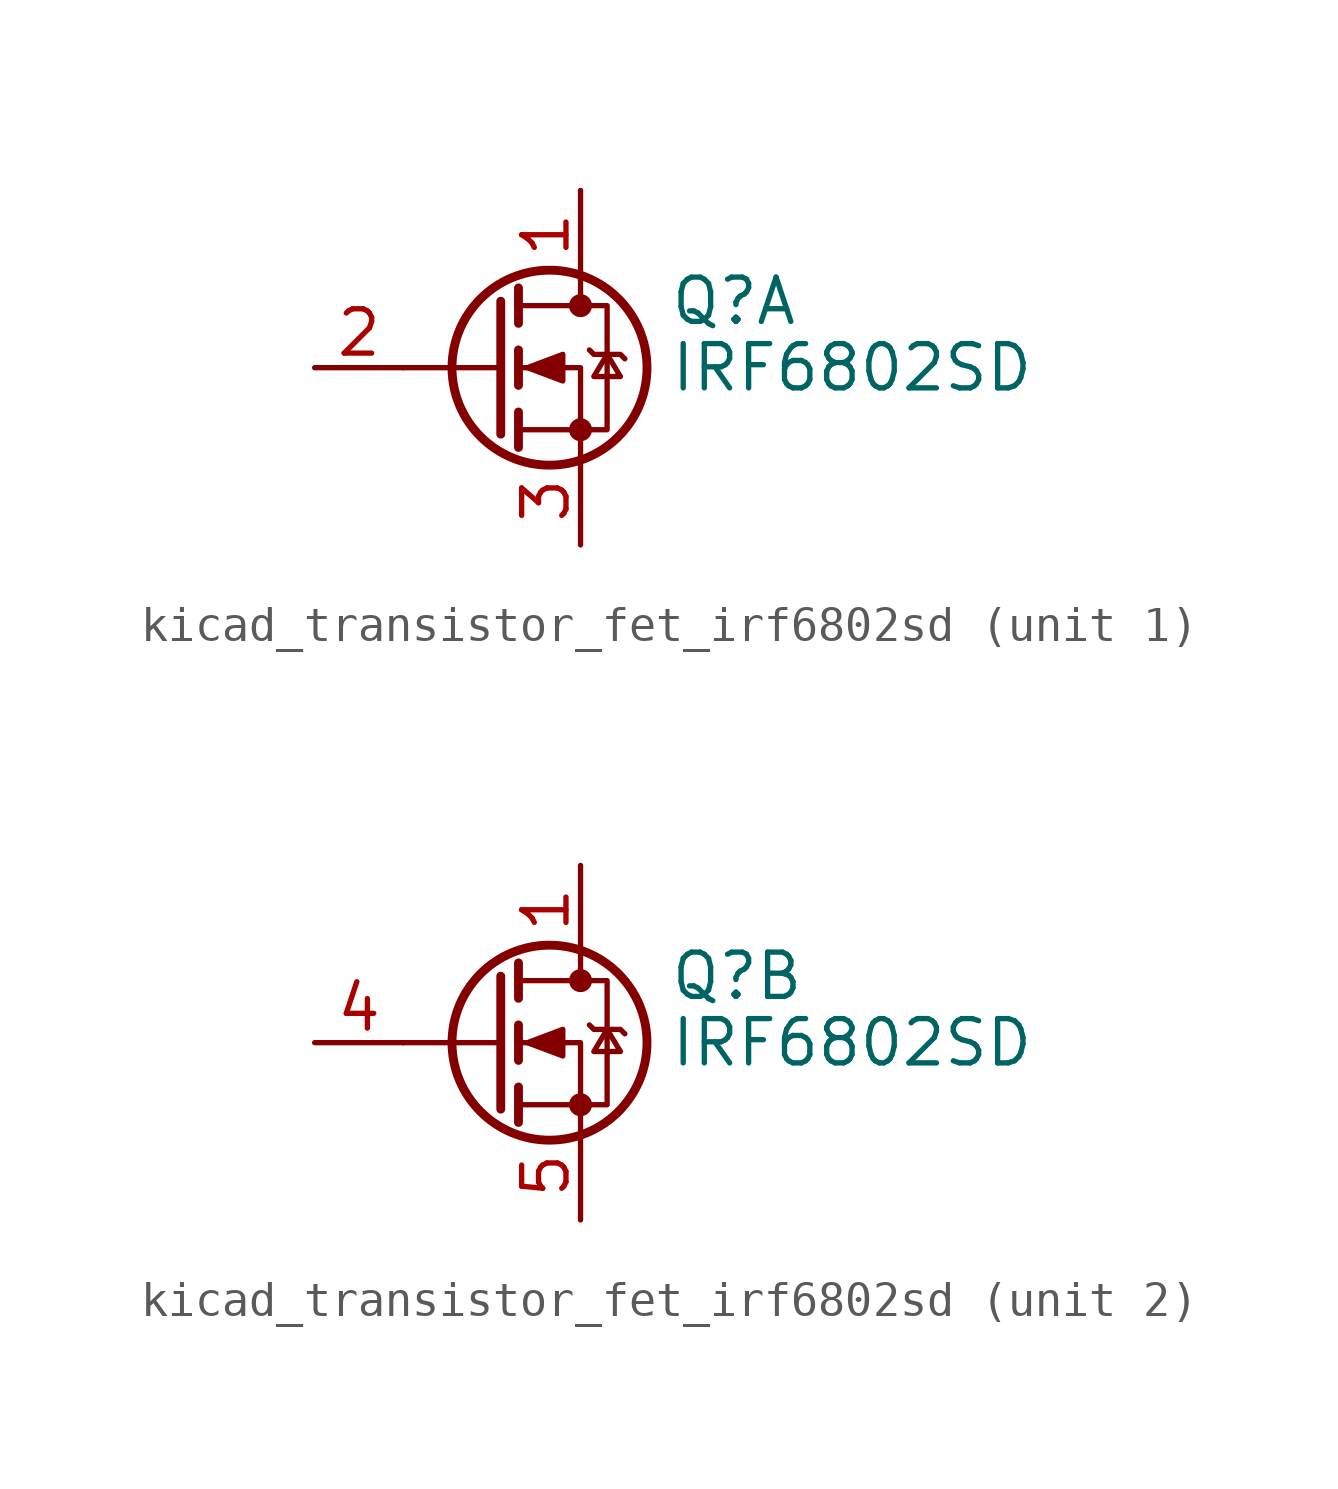
<source format=kicad_sym>
(kicad_symbol_lib
  (version 20220914)
  (generator kicad_symbol_editor)
  (symbol "kicad_transistor_fet_irf6802sd"
    (pin_names hide)
    (property "Reference" "Q"
      (at 5.08 1.905 0)
      (effects (font (size 1.27 1.27)) (justify left)))
    (property "Value" "IRF6802SD"
      (at 5.08 0 0)
      (effects (font (size 1.27 1.27)) (justify left)))
    (symbol "kicad_transistor_fet_irf6802sd_0_1"
      (polyline (pts (xy 0.254 0) (xy -2.54 0)) (stroke (width 0) (type default)) (fill (type none)))
      (polyline (pts (xy 0.254 1.905) (xy 0.254 -1.905)) (stroke (width 0.254) (type default)) (fill (type none)))
      (polyline (pts (xy 0.762 -1.27) (xy 0.762 -2.286)) (stroke (width 0.254) (type default)) (fill (type none)))
      (polyline (pts (xy 0.762 0.508) (xy 0.762 -0.508)) (stroke (width 0.254) (type default)) (fill (type none)))
      (polyline (pts (xy 0.762 2.286) (xy 0.762 1.27)) (stroke (width 0.254) (type default)) (fill (type none)))
      (polyline (pts (xy 2.54 2.54) (xy 2.54 1.778)) (stroke (width 0) (type default)) (fill (type none)))
      (polyline (pts (xy 2.54 -2.54) (xy 2.54 0) (xy 0.762 0)) (stroke (width 0) (type default)) (fill (type none)))
      (polyline (pts (xy 0.762 -1.778) (xy 3.302 -1.778) (xy 3.302 1.778) (xy 0.762 1.778)) (stroke (width 0) (type default)) (fill (type none)))
      (polyline (pts (xy 1.016 0) (xy 2.032 0.381) (xy 2.032 -0.381) (xy 1.016 0)) (stroke (width 0) (type default)) (fill (type outline)))
      (polyline (pts (xy 2.794 0.508) (xy 2.921 0.381) (xy 3.683 0.381) (xy 3.81 0.254)) (stroke (width 0) (type default)) (fill (type none)))
      (polyline (pts (xy 3.302 0.381) (xy 2.921 -0.254) (xy 3.683 -0.254) (xy 3.302 0.381)) (stroke (width 0) (type default)) (fill (type none)))
      (circle (center 1.651 0) (radius 2.794) (stroke (width 0.254) (type default)) (fill (type none)))
      (circle (center 2.54 -1.778) (radius 0.254) (stroke (width 0) (type default)) (fill (type outline)))
      (circle (center 2.54 1.778) (radius 0.254) (stroke (width 0) (type default)) (fill (type outline))))
    (symbol "kicad_transistor_fet_irf6802sd_1_1"
      (pin passive line (at 2.54 5.08 270) (length 2.54) (name "D" (effects (font (size 1.27 1.27)))) (number "1" (effects (font (size 1.27 1.27)))))
      (pin input line (at -5.08 0 0) (length 2.54) (name "G1" (effects (font (size 1.27 1.27)))) (number "2" (effects (font (size 1.27 1.27)))))
      (pin passive line (at 2.54 -5.08 90) (length 2.54) (name "S1" (effects (font (size 1.27 1.27)))) (number "3" (effects (font (size 1.27 1.27))))))
    (symbol "kicad_transistor_fet_irf6802sd_2_1"
      (pin passive line (at 2.54 5.08 270) (length 2.54) (name "D" (effects (font (size 1.27 1.27)))) (number "1" (effects (font (size 1.27 1.27)))))
      (pin input line (at -5.08 0 0) (length 2.54) (name "G2" (effects (font (size 1.27 1.27)))) (number "4" (effects (font (size 1.27 1.27)))))
      (pin passive line (at 2.54 -5.08 90) (length 2.54) (name "S2" (effects (font (size 1.27 1.27)))) (number "5" (effects (font (size 1.27 1.27))))))))
</source>
